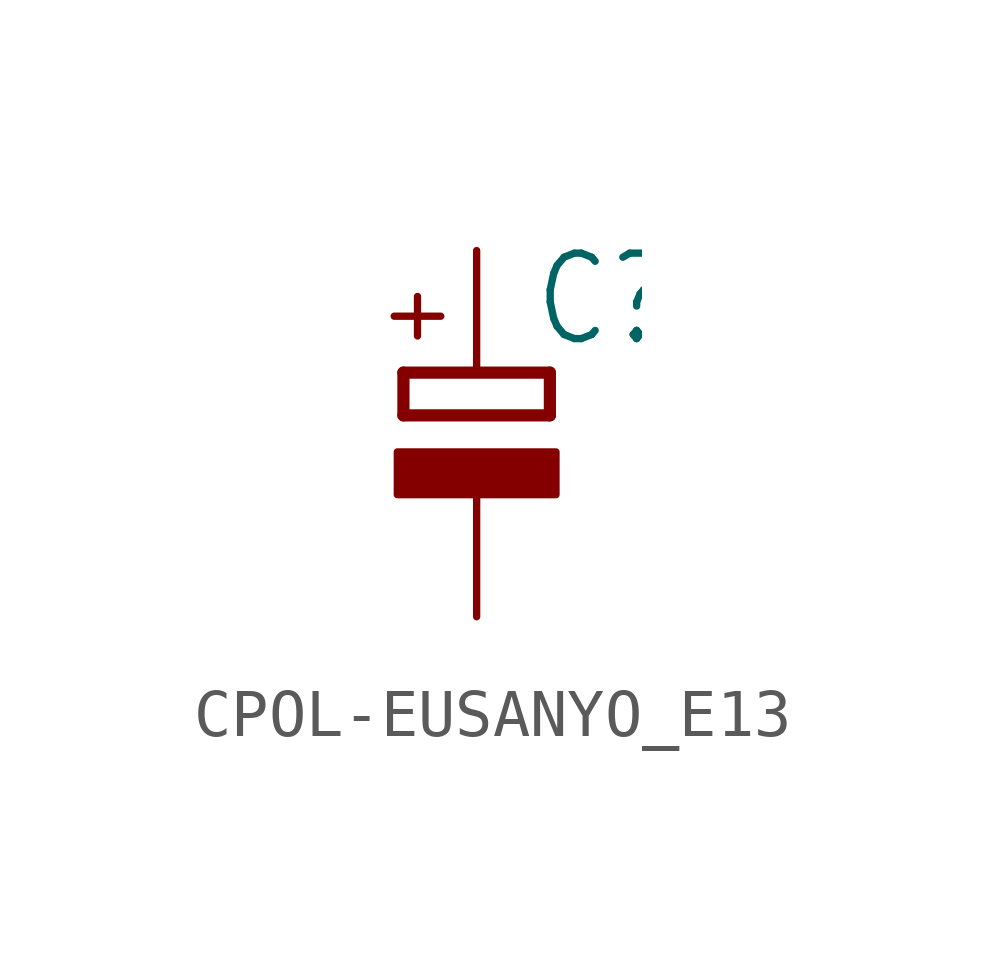
<source format=kicad_sym>
(kicad_symbol_lib
  (version 20241209)
  (generator "kicad_symbol_editor")
  (generator_version "9.0")
  (symbol "CPOL-EUSANYO_E13"
    (property "Reference" "C"
      (at 1.143 0.483 0)
      (effects (font (size 1.778 1.511)) (justify left bottom)))
    (property "Value" ""
      (at 1.143 -4.597 0)
      (effects (font (size 1.778 1.511)) (justify left bottom)))
    (property "ki_locked" ""
      (at 0 0 0)
      (effects (font (size 1.27 1.27))))
    (symbol "CPOL-EUSANYO_E13_1_0"
      (rectangle (start -1.651 -2.54) (end 1.651 -1.651) (stroke (width 0) (type default)) (fill (type outline)))
      (polyline (pts (xy -1.524 0) (xy -1.524 -0.889)) (stroke (width 0.254) (type solid)) (fill (type none)))
      (polyline (pts (xy -1.524 0) (xy 1.524 0)) (stroke (width 0.254) (type solid)) (fill (type none)))
      (polyline (pts (xy -1.524 -0.889) (xy 1.524 -0.889)) (stroke (width 0.254) (type solid)) (fill (type none)))
      (polyline (pts (xy 1.524 -0.889) (xy 1.524 0)) (stroke (width 0.254) (type solid)) (fill (type none)))
      (text "+" (at -0.584 0.406 900) (effects (font (size 1.27 1.079)) (justify left bottom)))
      (pin passive line (at 0 2.54 270) (length 2.54) (name "+" (effects (font (size 0 0)))) (number "+" (effects (font (size 0 0)))))
      (pin passive line (at 0 -5.08 90) (length 2.54) (name "-" (effects (font (size 0 0)))) (number "-" (effects (font (size 0 0))))))))
</source>
